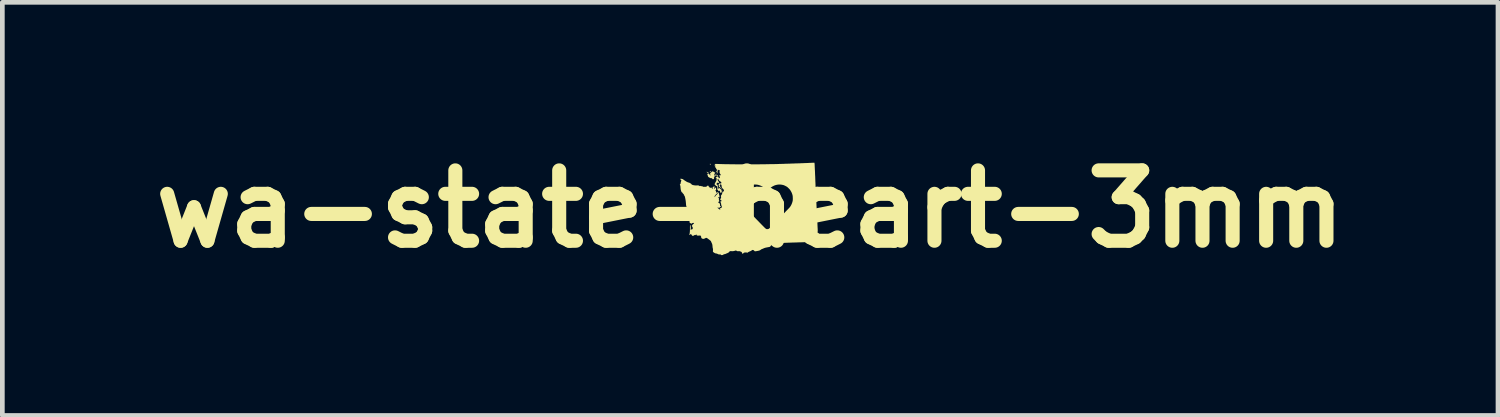
<source format=kicad_pcb>
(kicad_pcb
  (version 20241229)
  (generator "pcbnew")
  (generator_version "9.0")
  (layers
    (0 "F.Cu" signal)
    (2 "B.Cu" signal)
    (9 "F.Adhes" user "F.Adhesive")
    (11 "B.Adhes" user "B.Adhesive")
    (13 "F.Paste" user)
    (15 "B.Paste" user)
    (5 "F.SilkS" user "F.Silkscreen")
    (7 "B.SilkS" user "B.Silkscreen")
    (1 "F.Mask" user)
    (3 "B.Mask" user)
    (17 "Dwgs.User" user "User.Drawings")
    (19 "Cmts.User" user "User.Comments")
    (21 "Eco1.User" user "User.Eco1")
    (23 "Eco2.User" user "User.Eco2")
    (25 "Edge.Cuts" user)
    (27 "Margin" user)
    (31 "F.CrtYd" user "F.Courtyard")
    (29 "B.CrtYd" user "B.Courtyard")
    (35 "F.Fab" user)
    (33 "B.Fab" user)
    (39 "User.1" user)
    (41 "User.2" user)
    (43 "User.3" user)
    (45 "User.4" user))
  (footprint "wa-state-heart-3mm"
    (layer "F.Cu")
    (at 12.943 1.404)
    (property "Reference" "wa-state-heart-3mm" (at 0 0 0) (layer "F.SilkS") (effects (font (size 1.5 1.5) (thickness 0.3))))
    (attr board_only exclude_from_pos_files exclude_from_bom)
    (fp_poly (pts (xy -0.718 -0.749) (xy -0.714 -0.745) (xy -0.712 -0.741) (xy -0.714 -0.738) (xy -0.718 -0.738) (xy -0.719 -0.739) (xy -0.725 -0.742) (xy -0.728 -0.745) (xy -0.727 -0.747) (xy -0.723 -0.75)) (stroke (width 0) (type solid)) (fill yes) (layer "F.SilkS"))
    (fp_poly (pts (xy -0.595 -0.407) (xy -0.592 -0.405) (xy -0.59 -0.401) (xy -0.588 -0.398) (xy -0.589 -0.396) (xy -0.59 -0.396) (xy -0.593 -0.397) (xy -0.594 -0.398) (xy -0.596 -0.402) (xy -0.596 -0.405) (xy -0.596 -0.407)) (stroke (width 0) (type solid)) (fill yes) (layer "F.SilkS"))
    (fp_poly (pts (xy -0.852 -0.961) (xy -0.845 -0.959) (xy -0.84 -0.956) (xy -0.837 -0.952) (xy -0.838 -0.949) (xy -0.839 -0.948) (xy -0.843 -0.947) (xy -0.848 -0.946) (xy -0.854 -0.947) (xy -0.857 -0.948) (xy -0.859 -0.95) (xy -0.86 -0.954) (xy -0.86 -0.955) (xy -0.859 -0.96) (xy -0.856 -0.962)) (stroke (width 0) (type solid)) (fill yes) (layer "F.SilkS"))
    (fp_poly (pts (xy -0.843 -0.805) (xy -0.841 -0.802) (xy -0.84 -0.797) (xy -0.841 -0.791) (xy -0.843 -0.786) (xy -0.844 -0.785) (xy -0.848 -0.782) (xy -0.851 -0.781) (xy -0.853 -0.785) (xy -0.853 -0.786) (xy -0.856 -0.79) (xy -0.859 -0.792) (xy -0.863 -0.793) (xy -0.863 -0.796) (xy -0.86 -0.799) (xy -0.855 -0.802) (xy -0.849 -0.804) (xy -0.844 -0.805)) (stroke (width 0) (type solid)) (fill yes) (layer "F.SilkS"))
    (fp_poly (pts (xy -0.73 -0.737) (xy -0.726 -0.732) (xy -0.723 -0.726) (xy -0.72 -0.719) (xy -0.719 -0.715) (xy -0.721 -0.709) (xy -0.724 -0.705) (xy -0.728 -0.702) (xy -0.733 -0.702) (xy -0.736 -0.704) (xy -0.74 -0.71) (xy -0.743 -0.717) (xy -0.744 -0.722) (xy -0.744 -0.724) (xy -0.743 -0.728) (xy -0.74 -0.733) (xy -0.739 -0.734) (xy -0.735 -0.737) (xy -0.732 -0.738)) (stroke (width 0) (type solid)) (fill yes) (layer "F.SilkS"))
    (fp_poly (pts (xy -0.697 -0.717) (xy -0.69 -0.709) (xy -0.685 -0.702) (xy -0.682 -0.697) (xy -0.681 -0.694) (xy -0.683 -0.693) (xy -0.687 -0.694) (xy -0.691 -0.696) (xy -0.697 -0.695) (xy -0.699 -0.694) (xy -0.705 -0.693) (xy -0.708 -0.693) (xy -0.709 -0.693) (xy -0.71 -0.694) (xy -0.71 -0.694) (xy -0.711 -0.696) (xy -0.711 -0.702) (xy -0.711 -0.709) (xy -0.711 -0.717) (xy -0.71 -0.721) (xy -0.709 -0.73)) (stroke (width 0) (type solid)) (fill yes) (layer "F.SilkS"))
    (fp_poly (pts (xy -0.923 -0.791) (xy -0.917 -0.789) (xy -0.91 -0.787) (xy -0.903 -0.783) (xy -0.896 -0.779) (xy -0.895 -0.778) (xy -0.891 -0.774) (xy -0.886 -0.769) (xy -0.883 -0.764) (xy -0.88 -0.759) (xy -0.879 -0.757) (xy -0.88 -0.756) (xy -0.884 -0.757) (xy -0.891 -0.76) (xy -0.892 -0.76) (xy -0.901 -0.766) (xy -0.91 -0.772) (xy -0.918 -0.778) (xy -0.924 -0.783) (xy -0.928 -0.787) (xy -0.929 -0.789) (xy -0.927 -0.791)) (stroke (width 0) (type solid)) (fill yes) (layer "F.SilkS"))
    (fp_poly (pts (xy -0.722 -0.813) (xy -0.718 -0.807) (xy -0.716 -0.805) (xy -0.711 -0.797) (xy -0.705 -0.789) (xy -0.701 -0.784) (xy -0.694 -0.775) (xy -0.69 -0.769) (xy -0.689 -0.764) (xy -0.689 -0.763) (xy -0.69 -0.76) (xy -0.693 -0.76) (xy -0.698 -0.763) (xy -0.703 -0.768) (xy -0.708 -0.774) (xy -0.713 -0.781) (xy -0.715 -0.785) (xy -0.719 -0.791) (xy -0.724 -0.797) (xy -0.725 -0.798) (xy -0.729 -0.802) (xy -0.73 -0.805) (xy -0.73 -0.809) (xy -0.727 -0.813) (xy -0.725 -0.815)) (stroke (width 0) (type solid)) (fill yes) (layer "F.SilkS"))
    (fp_poly (pts (xy -0.797 -0.8) (xy -0.794 -0.799) (xy -0.79 -0.798) (xy -0.785 -0.795) (xy -0.778 -0.791) (xy -0.77 -0.786) (xy -0.762 -0.781) (xy -0.754 -0.777) (xy -0.748 -0.773) (xy -0.744 -0.77) (xy -0.742 -0.769) (xy -0.742 -0.769) (xy -0.744 -0.767) (xy -0.747 -0.763) (xy -0.752 -0.759) (xy -0.754 -0.756) (xy -0.761 -0.749) (xy -0.764 -0.743) (xy -0.765 -0.738) (xy -0.764 -0.731) (xy -0.76 -0.723) (xy -0.76 -0.722) (xy -0.757 -0.716) (xy -0.755 -0.712) (xy -0.755 -0.709) (xy -0.757 -0.706) (xy -0.757 -0.706) (xy -0.758 -0.7) (xy -0.759 -0.694) (xy -0.759 -0.693) (xy -0.76 -0.685) (xy -0.762 -0.681) (xy -0.768 -0.673) (xy -0.771 -0.668) (xy -0.773 -0.665) (xy -0.774 -0.662) (xy -0.774 -0.659) (xy -0.772 -0.655) (xy -0.772 -0.653) (xy -0.77 -0.646) (xy -0.769 -0.641) (xy -0.77 -0.639) (xy -0.772 -0.637) (xy -0.776 -0.636) (xy -0.786 -0.635) (xy -0.793 -0.634) (xy -0.797 -0.634) (xy -0.799 -0.634) (xy -0.8 -0.634) (xy -0.802 -0.637) (xy -0.804 -0.64) (xy -0.807 -0.644) (xy -0.81 -0.646) (xy -0.813 -0.648) (xy -0.814 -0.651) (xy -0.814 -0.654) (xy -0.815 -0.655) (xy -0.818 -0.655) (xy -0.824 -0.655) (xy -0.834 -0.655) (xy -0.845 -0.657) (xy -0.857 -0.662) (xy -0.871 -0.669) (xy -0.871 -0.669) (xy -0.878 -0.673) (xy -0.884 -0.677) (xy -0.888 -0.679) (xy -0.889 -0.679) (xy -0.891 -0.681) (xy -0.894 -0.685) (xy -0.897 -0.69) (xy -0.9 -0.696) (xy -0.901 -0.701) (xy -0.903 -0.707) (xy -0.905 -0.713) (xy -0.905 -0.713) (xy -0.907 -0.719) (xy -0.908 -0.723) (xy -0.909 -0.727) (xy -0.911 -0.73) (xy -0.913 -0.735) (xy -0.913 -0.742) (xy -0.91 -0.747) (xy -0.909 -0.75) (xy -0.907 -0.751) (xy -0.904 -0.752) (xy -0.898 -0.752) (xy -0.894 -0.752) (xy -0.886 -0.751) (xy -0.882 -0.75) (xy -0.879 -0.748) (xy -0.877 -0.746) (xy -0.873 -0.741) (xy -0.867 -0.734) (xy -0.861 -0.728) (xy -0.855 -0.722) (xy -0.851 -0.719) (xy -0.85 -0.718) (xy -0.845 -0.717) (xy -0.841 -0.717) (xy -0.839 -0.719) (xy -0.84 -0.722) (xy -0.843 -0.725) (xy -0.846 -0.726) (xy -0.85 -0.728) (xy -0.852 -0.731) (xy -0.852 -0.733) (xy -0.853 -0.739) (xy -0.856 -0.743) (xy -0.86 -0.748) (xy -0.847 -0.763) (xy -0.835 -0.775) (xy -0.826 -0.785) (xy -0.819 -0.792) (xy -0.812 -0.797) (xy -0.807 -0.799) (xy -0.802 -0.8)) (stroke (width 0) (type solid)) (fill yes) (layer "F.SilkS"))
    (fp_poly (pts (xy 1.366 -0.985) (xy 1.369 -0.985) (xy 1.37 -0.985) (xy 1.371 -0.982) (xy 1.372 -0.977) (xy 1.372 -0.97) (xy 1.373 -0.961) (xy 1.374 -0.956) (xy 1.374 -0.948) (xy 1.375 -0.935) (xy 1.375 -0.92) (xy 1.376 -0.903) (xy 1.377 -0.882) (xy 1.378 -0.86) (xy 1.379 -0.836) (xy 1.381 -0.81) (xy 1.382 -0.782) (xy 1.383 -0.754) (xy 1.384 -0.725) (xy 1.386 -0.695) (xy 1.387 -0.665) (xy 1.388 -0.635) (xy 1.389 -0.606) (xy 1.39 -0.577) (xy 1.391 -0.574) (xy 1.391 -0.558) (xy 1.392 -0.543) (xy 1.392 -0.529) (xy 1.393 -0.515) (xy 1.393 -0.502) (xy 1.394 -0.488) (xy 1.395 -0.475) (xy 1.395 -0.462) (xy 1.396 -0.449) (xy 1.396 -0.435) (xy 1.397 -0.421) (xy 1.398 -0.405) (xy 1.398 -0.389) (xy 1.399 -0.372) (xy 1.4 -0.353) (xy 1.401 -0.333) (xy 1.402 -0.311) (xy 1.403 -0.287) (xy 1.405 -0.261) (xy 1.406 -0.233) (xy 1.408 -0.202) (xy 1.409 -0.169) (xy 1.411 -0.134) (xy 1.413 -0.095) (xy 1.415 -0.053) (xy 1.417 -0.008) (xy 1.42 0.041) (xy 1.423 0.093) (xy 1.423 0.103) (xy 1.425 0.148) (xy 1.427 0.189) (xy 1.429 0.227) (xy 1.431 0.262) (xy 1.433 0.293) (xy 1.434 0.321) (xy 1.435 0.346) (xy 1.436 0.369) (xy 1.437 0.389) (xy 1.438 0.407) (xy 1.439 0.422) (xy 1.439 0.435) (xy 1.44 0.447) (xy 1.44 0.456) (xy 1.44 0.464) (xy 1.44 0.471) (xy 1.44 0.476) (xy 1.44 0.48) (xy 1.439 0.483) (xy 1.439 0.485) (xy 1.438 0.487) (xy 1.438 0.488) (xy 1.437 0.489) (xy 1.437 0.49) (xy 1.436 0.49) (xy 1.436 0.49) (xy 1.433 0.494) (xy 1.433 0.498) (xy 1.436 0.501) (xy 1.436 0.501) (xy 1.442 0.504) (xy 1.447 0.508) (xy 1.45 0.512) (xy 1.45 0.514) (xy 1.452 0.517) (xy 1.455 0.521) (xy 1.457 0.522) (xy 1.462 0.528) (xy 1.465 0.534) (xy 1.467 0.54) (xy 1.47 0.545) (xy 1.47 0.545) (xy 1.474 0.55) (xy 1.476 0.558) (xy 1.478 0.566) (xy 1.478 0.574) (xy 1.478 0.574) (xy 1.478 0.579) (xy 1.479 0.583) (xy 1.483 0.588) (xy 1.488 0.594) (xy 1.492 0.598) (xy 1.493 0.602) (xy 1.492 0.606) (xy 1.491 0.611) (xy 1.489 0.614) (xy 1.485 0.624) (xy 1.482 0.633) (xy 1.478 0.64) (xy 1.475 0.643) (xy 1.475 0.643) (xy 1.473 0.646) (xy 1.475 0.648) (xy 1.478 0.65) (xy 1.482 0.653) (xy 1.486 0.658) (xy 1.487 0.658) (xy 1.489 0.663) (xy 1.492 0.67) (xy 1.495 0.677) (xy 1.497 0.684) (xy 1.499 0.691) (xy 1.499 0.695) (xy 1.499 0.696) (xy 1.497 0.696) (xy 1.491 0.697) (xy 1.484 0.697) (xy 1.479 0.698) (xy 1.47 0.698) (xy 1.458 0.698) (xy 1.442 0.699) (xy 1.424 0.7) (xy 1.402 0.7) (xy 1.379 0.701) (xy 1.353 0.703) (xy 1.325 0.704) (xy 1.32 0.704) (xy 1.302 0.705) (xy 1.281 0.705) (xy 1.257 0.706) (xy 1.231 0.707) (xy 1.203 0.708) (xy 1.174 0.709) (xy 1.144 0.71) (xy 1.114 0.711) (xy 1.085 0.712) (xy 1.056 0.713) (xy 1.03 0.713) (xy 1.022 0.714) (xy 1.003 0.714) (xy 0.983 0.715) (xy 0.963 0.715) (xy 0.943 0.716) (xy 0.925 0.716) (xy 0.91 0.717) (xy 0.898 0.717) (xy 0.885 0.718) (xy 0.869 0.718) (xy 0.85 0.719) (xy 0.831 0.72) (xy 0.811 0.72) (xy 0.792 0.721) (xy 0.783 0.721) (xy 0.766 0.722) (xy 0.75 0.722) (xy 0.736 0.723) (xy 0.723 0.724) (xy 0.713 0.724) (xy 0.706 0.725) (xy 0.702 0.725) (xy 0.697 0.726) (xy 0.692 0.728) (xy 0.686 0.731) (xy 0.679 0.736) (xy 0.674 0.74) (xy 0.664 0.747) (xy 0.657 0.752) (xy 0.65 0.756) (xy 0.644 0.759) (xy 0.637 0.761) (xy 0.629 0.762) (xy 0.62 0.763) (xy 0.607 0.763) (xy 0.596 0.764) (xy 0.581 0.764) (xy 0.569 0.765) (xy 0.56 0.765) (xy 0.553 0.766) (xy 0.548 0.767) (xy 0.546 0.768) (xy 0.54 0.77) (xy 0.531 0.772) (xy 0.521 0.774) (xy 0.51 0.776) (xy 0.5 0.778) (xy 0.491 0.779) (xy 0.486 0.779) (xy 0.48 0.778) (xy 0.473 0.776) (xy 0.469 0.775) (xy 0.463 0.773) (xy 0.459 0.772) (xy 0.455 0.772) (xy 0.452 0.774) (xy 0.448 0.777) (xy 0.443 0.782) (xy 0.438 0.789) (xy 0.436 0.791) (xy 0.431 0.798) (xy 0.427 0.803) (xy 0.423 0.807) (xy 0.422 0.807) (xy 0.418 0.809) (xy 0.412 0.81) (xy 0.403 0.812) (xy 0.393 0.814) (xy 0.39 0.815) (xy 0.38 0.816) (xy 0.37 0.818) (xy 0.362 0.82) (xy 0.356 0.821) (xy 0.355 0.821) (xy 0.349 0.822) (xy 0.341 0.824) (xy 0.332 0.826) (xy 0.33 0.826) (xy 0.318 0.829) (xy 0.306 0.833) (xy 0.293 0.838) (xy 0.29 0.839) (xy 0.281 0.844) (xy 0.27 0.848) (xy 0.261 0.852) (xy 0.255 0.854) (xy 0.248 0.856) (xy 0.241 0.86) (xy 0.234 0.864) (xy 0.225 0.87) (xy 0.218 0.876) (xy 0.211 0.88) (xy 0.203 0.884) (xy 0.197 0.886) (xy 0.185 0.89) (xy 0.171 0.893) (xy 0.155 0.896) (xy 0.139 0.899) (xy 0.125 0.901) (xy 0.12 0.902) (xy 0.1 0.904) (xy 0.088 0.893) (xy 0.078 0.884) (xy 0.069 0.878) (xy 0.06 0.875) (xy 0.052 0.875) (xy 0.043 0.878) (xy 0.033 0.884) (xy 0.029 0.887) (xy 0.021 0.892) (xy 0.011 0.898) (xy 0.003 0.901) (xy -0.011 0.907) (xy -0.023 0.912) (xy -0.032 0.916) (xy -0.04 0.92) (xy -0.046 0.925) (xy -0.049 0.926) (xy -0.06 0.935) (xy -0.068 0.932) (xy -0.073 0.93) (xy -0.078 0.929) (xy -0.086 0.928) (xy -0.096 0.928) (xy -0.112 0.929) (xy -0.124 0.931) (xy -0.133 0.934) (xy -0.139 0.939) (xy -0.142 0.942) (xy -0.146 0.947) (xy -0.15 0.95) (xy -0.15 0.951) (xy -0.155 0.952) (xy -0.161 0.952) (xy -0.167 0.952) (xy -0.171 0.952) (xy -0.172 0.951) (xy -0.173 0.949) (xy -0.174 0.944) (xy -0.175 0.938) (xy -0.177 0.928) (xy -0.181 0.922) (xy -0.186 0.917) (xy -0.194 0.913) (xy -0.195 0.912) (xy -0.203 0.91) (xy -0.21 0.907) (xy -0.213 0.905) (xy -0.217 0.903) (xy -0.221 0.902) (xy -0.226 0.902) (xy -0.234 0.901) (xy -0.244 0.901) (xy -0.247 0.901) (xy -0.274 0.901) (xy -0.289 0.893) (xy -0.305 0.885) (xy -0.321 0.891) (xy -0.341 0.896) (xy -0.36 0.9) (xy -0.378 0.901) (xy -0.389 0.901) (xy -0.404 0.9) (xy -0.416 0.9) (xy -0.425 0.9) (xy -0.432 0.902) (xy -0.438 0.906) (xy -0.444 0.911) (xy -0.448 0.917) (xy -0.453 0.923) (xy -0.459 0.928) (xy -0.467 0.933) (xy -0.472 0.935) (xy -0.48 0.939) (xy -0.487 0.943) (xy -0.494 0.946) (xy -0.495 0.946) (xy -0.501 0.948) (xy -0.508 0.951) (xy -0.516 0.955) (xy -0.518 0.956) (xy -0.531 0.961) (xy -0.542 0.964) (xy -0.546 0.964) (xy -0.555 0.966) (xy -0.562 0.968) (xy -0.567 0.971) (xy -0.579 0.979) (xy -0.591 0.983) (xy -0.603 0.985) (xy -0.613 0.984) (xy -0.613 0.984) (xy -0.62 0.981) (xy -0.626 0.976) (xy -0.628 0.975) (xy -0.635 0.969) (xy -0.652 0.97) (xy -0.66 0.971) (xy -0.666 0.971) (xy -0.67 0.97) (xy -0.675 0.968) (xy -0.682 0.965) (xy -0.693 0.96) (xy -0.705 0.955) (xy -0.716 0.952) (xy -0.727 0.949) (xy -0.735 0.948) (xy -0.736 0.948) (xy -0.741 0.948) (xy -0.745 0.947) (xy -0.745 0.946) (xy -0.748 0.944) (xy -0.752 0.942) (xy -0.753 0.942) (xy -0.759 0.939) (xy -0.766 0.935) (xy -0.774 0.93) (xy -0.781 0.925) (xy -0.787 0.92) (xy -0.791 0.916) (xy -0.793 0.915) (xy -0.794 0.911) (xy -0.794 0.904) (xy -0.794 0.894) (xy -0.793 0.882) (xy -0.793 0.87) (xy -0.793 0.862) (xy -0.793 0.856) (xy -0.793 0.851) (xy -0.794 0.847) (xy -0.796 0.843) (xy -0.796 0.843) (xy -0.798 0.836) (xy -0.8 0.827) (xy -0.801 0.814) (xy -0.802 0.806) (xy -0.804 0.788) (xy -0.805 0.772) (xy -0.808 0.759) (xy -0.811 0.747) (xy -0.816 0.735) (xy -0.822 0.722) (xy -0.824 0.718) (xy -0.827 0.711) (xy -0.831 0.703) (xy -0.833 0.697) (xy -0.833 0.697) (xy -0.834 0.693) (xy -0.836 0.689) (xy -0.839 0.685) (xy -0.843 0.681) (xy -0.848 0.676) (xy -0.855 0.67) (xy -0.865 0.662) (xy -0.87 0.658) (xy -0.886 0.646) (xy -0.899 0.636) (xy -0.91 0.628) (xy -0.919 0.623) (xy -0.926 0.619) (xy -0.931 0.617) (xy -0.938 0.617) (xy -0.946 0.618) (xy -0.952 0.62) (xy -0.954 0.623) (xy -0.958 0.625) (xy -0.963 0.628) (xy -0.966 0.63) (xy -0.974 0.632) (xy -0.981 0.635) (xy -0.984 0.636) (xy -0.993 0.638) (xy -1.004 0.638) (xy -1.015 0.636) (xy -1.025 0.632) (xy -1.033 0.627) (xy -1.04 0.619) (xy -1.044 0.609) (xy -1.044 0.602) (xy -1.046 0.59) (xy -1.051 0.58) (xy -1.058 0.571) (xy -1.065 0.565) (xy -1.077 0.567) (xy -1.084 0.568) (xy -1.093 0.569) (xy -1.103 0.569) (xy -1.113 0.569) (xy -1.123 0.568) (xy -1.13 0.567) (xy -1.135 0.566) (xy -1.136 0.566) (xy -1.139 0.562) (xy -1.142 0.556) (xy -1.142 0.555) (xy -1.144 0.549) (xy -1.146 0.546) (xy -1.147 0.545) (xy -1.15 0.546) (xy -1.155 0.549) (xy -1.158 0.551) (xy -1.165 0.556) (xy -1.171 0.559) (xy -1.177 0.559) (xy -1.18 0.558) (xy -1.184 0.557) (xy -1.188 0.558) (xy -1.193 0.56) (xy -1.193 0.561) (xy -1.199 0.564) (xy -1.202 0.567) (xy -1.203 0.568) (xy -1.206 0.57) (xy -1.21 0.572) (xy -1.212 0.573) (xy -1.218 0.575) (xy -1.222 0.576) (xy -1.226 0.574) (xy -1.227 0.574) (xy -1.234 0.57) (xy -1.24 0.566) (xy -1.243 0.563) (xy -1.244 0.56) (xy -1.246 0.556) (xy -1.25 0.55) (xy -1.256 0.543) (xy -1.258 0.54) (xy -1.264 0.536) (xy -1.269 0.535) (xy -1.273 0.538) (xy -1.275 0.541) (xy -1.278 0.546) (xy -1.283 0.551) (xy -1.288 0.555) (xy -1.293 0.556) (xy -1.295 0.555) (xy -1.296 0.553) (xy -1.296 0.548) (xy -1.295 0.541) (xy -1.293 0.535) (xy -1.29 0.521) (xy -1.288 0.505) (xy -1.286 0.487) (xy -1.285 0.467) (xy -1.284 0.444) (xy -1.284 0.417) (xy -1.284 0.41) (xy -1.284 0.392) (xy -1.284 0.378) (xy -1.283 0.366) (xy -1.283 0.358) (xy -1.282 0.352) (xy -1.281 0.348) (xy -1.28 0.346) (xy -1.278 0.345) (xy -1.276 0.346) (xy -1.275 0.346) (xy -1.272 0.348) (xy -1.272 0.352) (xy -1.272 0.356) (xy -1.272 0.362) (xy -1.272 0.367) (xy -1.271 0.367) (xy -1.269 0.375) (xy -1.267 0.385) (xy -1.267 0.398) (xy -1.267 0.415) (xy -1.267 0.415) (xy -1.268 0.427) (xy -1.268 0.436) (xy -1.268 0.443) (xy -1.267 0.446) (xy -1.265 0.449) (xy -1.262 0.45) (xy -1.259 0.447) (xy -1.258 0.443) (xy -1.257 0.435) (xy -1.256 0.43) (xy -1.254 0.429) (xy -1.252 0.43) (xy -1.249 0.434) (xy -1.248 0.436) (xy -1.244 0.443) (xy -1.238 0.436) (xy -1.233 0.43) (xy -1.228 0.423) (xy -1.226 0.418) (xy -1.22 0.408) (xy -1.225 0.4) (xy -1.227 0.395) (xy -1.229 0.39) (xy -1.229 0.389) (xy -1.23 0.386) (xy -1.233 0.381) (xy -1.235 0.378) (xy -1.239 0.371) (xy -1.242 0.364) (xy -1.242 0.364) (xy -1.242 0.359) (xy -1.241 0.355) (xy -1.238 0.351) (xy -1.236 0.349) (xy -1.232 0.344) (xy -1.229 0.339) (xy -1.228 0.337) (xy -1.226 0.332) (xy -1.222 0.329) (xy -1.217 0.325) (xy -1.21 0.321) (xy -1.204 0.317) (xy -1.201 0.315) (xy -1.196 0.31) (xy -1.206 0.302) (xy -1.213 0.297) (xy -1.218 0.295) (xy -1.22 0.295) (xy -1.221 0.298) (xy -1.223 0.301) (xy -1.227 0.303) (xy -1.233 0.303) (xy -1.237 0.302) (xy -1.241 0.301) (xy -1.242 0.302) (xy -1.242 0.306) (xy -1.242 0.307) (xy -1.243 0.311) (xy -1.244 0.314) (xy -1.244 0.314) (xy -1.248 0.315) (xy -1.253 0.314) (xy -1.26 0.312) (xy -1.266 0.309) (xy -1.271 0.306) (xy -1.276 0.302) (xy -1.281 0.3) (xy -1.282 0.299) (xy -1.285 0.298) (xy -1.288 0.295) (xy -1.29 0.291) (xy -1.291 0.284) (xy -1.292 0.275) (xy -1.294 0.262) (xy -1.294 0.262) (xy -1.295 0.25) (xy -1.296 0.239) (xy -1.298 0.229) (xy -1.299 0.221) (xy -1.299 0.22) (xy -1.301 0.209) (xy -1.302 0.202) (xy -1.301 0.197) (xy -1.298 0.195) (xy -1.297 0.195) (xy -1.292 0.196) (xy -1.288 0.2) (xy -1.285 0.208) (xy -1.284 0.211) (xy -1.282 0.218) (xy -1.279 0.22) (xy -1.276 0.219) (xy -1.273 0.214) (xy -1.272 0.213) (xy -1.266 0.205) (xy -1.257 0.198) (xy -1.244 0.193) (xy -1.231 0.189) (xy -1.219 0.186) (xy -1.21 0.183) (xy -1.203 0.18) (xy -1.2 0.178) (xy -1.2 0.177) (xy -1.202 0.175) (xy -1.206 0.173) (xy -1.211 0.17) (xy -1.216 0.168) (xy -1.219 0.167) (xy -1.222 0.167) (xy -1.228 0.165) (xy -1.235 0.163) (xy -1.239 0.162) (xy -1.246 0.159) (xy -1.251 0.157) (xy -1.254 0.155) (xy -1.255 0.153) (xy -1.255 0.15) (xy -1.255 0.15) (xy -1.257 0.141) (xy -1.262 0.134) (xy -1.27 0.129) (xy -1.28 0.126) (xy -1.287 0.125) (xy -1.293 0.125) (xy -1.298 0.126) (xy -1.3 0.127) (xy -1.301 0.131) (xy -1.302 0.137) (xy -1.302 0.146) (xy -1.301 0.155) (xy -1.299 0.163) (xy -1.298 0.17) (xy -1.297 0.175) (xy -1.297 0.177) (xy -1.3 0.179) (xy -1.304 0.182) (xy -1.307 0.184) (xy -1.317 0.188) (xy -1.316 0.134) (xy -1.317 0.114) (xy -1.317 0.097) (xy -1.317 0.083) (xy -1.318 0.069) (xy -1.32 0.056) (xy -1.322 0.043) (xy -1.324 0.029) (xy -1.327 0.016) (xy -1.33 0.004) (xy -1.332 -0.005) (xy -1.334 -0.012) (xy -1.336 -0.017) (xy -1.338 -0.021) (xy -1.342 -0.025) (xy -1.342 -0.025) (xy -1.347 -0.031) (xy -1.351 -0.038) (xy -1.352 -0.04) (xy -1.355 -0.046) (xy -1.358 -0.051) (xy -1.359 -0.052) (xy -1.361 -0.054) (xy -1.362 -0.057) (xy -1.363 -0.062) (xy -1.364 -0.068) (xy -1.365 -0.076) (xy -1.367 -0.087) (xy -1.368 -0.1) (xy -1.369 -0.116) (xy -1.371 -0.139) (xy -1.373 -0.159) (xy -1.375 -0.176) (xy -1.378 -0.192) (xy -1.38 -0.206) (xy -1.383 -0.22) (xy -1.386 -0.234) (xy -1.389 -0.249) (xy -1.391 -0.254) (xy -1.394 -0.265) (xy -1.396 -0.273) (xy -1.399 -0.279) (xy -1.402 -0.283) (xy -1.405 -0.286) (xy -1.408 -0.288) (xy -1.412 -0.291) (xy -1.413 -0.294) (xy -1.414 -0.3) (xy -1.414 -0.306) (xy -1.416 -0.313) (xy -1.419 -0.317) (xy -1.422 -0.319) (xy -1.422 -0.319) (xy -1.425 -0.321) (xy -1.429 -0.324) (xy -1.434 -0.329) (xy -1.438 -0.335) (xy -1.441 -0.339) (xy -1.442 -0.342) (xy -1.444 -0.346) (xy -1.45 -0.35) (xy -1.451 -0.351) (xy -1.456 -0.354) (xy -1.46 -0.358) (xy -1.464 -0.362) (xy -1.466 -0.367) (xy -1.469 -0.375) (xy -1.472 -0.383) (xy -1.475 -0.394) (xy -1.478 -0.404) (xy -1.48 -0.413) (xy -1.482 -0.424) (xy -1.483 -0.435) (xy -1.484 -0.45) (xy -1.485 -0.454) (xy -1.486 -0.469) (xy -1.487 -0.48) (xy -1.488 -0.489) (xy -1.49 -0.496) (xy -1.492 -0.503) (xy -1.495 -0.51) (xy -1.495 -0.51) (xy -1.5 -0.521) (xy -1.491 -0.529) (xy -1.486 -0.534) (xy -1.484 -0.538) (xy -1.483 -0.542) (xy -1.482 -0.548) (xy -1.482 -0.551) (xy -1.481 -0.559) (xy -1.48 -0.568) (xy -1.477 -0.577) (xy -1.474 -0.586) (xy -1.466 -0.607) (xy -1.476 -0.618) (xy -1.484 -0.627) (xy -1.489 -0.633) (xy -1.49 -0.638) (xy -1.489 -0.641) (xy -1.484 -0.643) (xy -1.476 -0.643) (xy -1.474 -0.643) (xy -1.466 -0.642) (xy -1.459 -0.641) (xy -1.455 -0.64) (xy -1.449 -0.638) (xy -1.445 -0.637) (xy -1.444 -0.638) (xy -1.44 -0.637) (xy -1.437 -0.635) (xy -1.434 -0.632) (xy -1.431 -0.631) (xy -1.427 -0.629) (xy -1.424 -0.626) (xy -1.423 -0.626) (xy -1.42 -0.622) (xy -1.414 -0.618) (xy -1.409 -0.614) (xy -1.403 -0.61) (xy -1.394 -0.605) (xy -1.386 -0.599) (xy -1.382 -0.597) (xy -1.373 -0.591) (xy -1.362 -0.584) (xy -1.352 -0.578) (xy -1.347 -0.576) (xy -1.339 -0.572) (xy -1.332 -0.569) (xy -1.327 -0.566) (xy -1.325 -0.564) (xy -1.322 -0.562) (xy -1.318 -0.563) (xy -1.317 -0.564) (xy -1.315 -0.564) (xy -1.312 -0.564) (xy -1.309 -0.563) (xy -1.303 -0.561) (xy -1.296 -0.557) (xy -1.286 -0.552) (xy -1.275 -0.546) (xy -1.268 -0.542) (xy -1.262 -0.538) (xy -1.258 -0.535) (xy -1.256 -0.531) (xy -1.251 -0.526) (xy -1.245 -0.52) (xy -1.242 -0.518) (xy -1.233 -0.513) (xy -1.221 -0.509) (xy -1.206 -0.506) (xy -1.189 -0.503) (xy -1.172 -0.501) (xy -1.154 -0.5) (xy -1.136 -0.501) (xy -1.134 -0.501) (xy -1.119 -0.501) (xy -1.108 -0.501) (xy -1.099 -0.499) (xy -1.092 -0.497) (xy -1.086 -0.493) (xy -1.085 -0.492) (xy -1.08 -0.489) (xy -1.074 -0.487) (xy -1.068 -0.486) (xy -1.065 -0.488) (xy -1.065 -0.488) (xy -1.061 -0.49) (xy -1.056 -0.491) (xy -1.05 -0.49) (xy -1.044 -0.488) (xy -1.041 -0.486) (xy -1.037 -0.484) (xy -1.032 -0.482) (xy -1.024 -0.482) (xy -1.016 -0.483) (xy -1.013 -0.482) (xy -1.012 -0.48) (xy -1.01 -0.475) (xy -1.005 -0.473) (xy -1.001 -0.472) (xy -0.994 -0.472) (xy -0.984 -0.471) (xy -0.974 -0.471) (xy -0.963 -0.471) (xy -0.953 -0.472) (xy -0.945 -0.472) (xy -0.939 -0.473) (xy -0.937 -0.473) (xy -0.933 -0.476) (xy -0.927 -0.48) (xy -0.922 -0.484) (xy -0.912 -0.492) (xy -0.904 -0.498) (xy -0.897 -0.501) (xy -0.894 -0.502) (xy -0.892 -0.502) (xy -0.892 -0.5) (xy -0.894 -0.497) (xy -0.895 -0.495) (xy -0.895 -0.493) (xy -0.894 -0.491) (xy -0.892 -0.488) (xy -0.887 -0.484) (xy -0.881 -0.477) (xy -0.877 -0.474) (xy -0.872 -0.469) (xy -0.867 -0.462) (xy -0.865 -0.459) (xy -0.86 -0.45) (xy -0.851 -0.451) (xy -0.843 -0.452) (xy -0.835 -0.453) (xy -0.83 -0.453) (xy -0.818 -0.453) (xy -0.817 -0.444) (xy -0.816 -0.438) (xy -0.814 -0.434) (xy -0.813 -0.433) (xy -0.808 -0.43) (xy -0.802 -0.429) (xy -0.799 -0.43) (xy -0.797 -0.431) (xy -0.797 -0.433) (xy -0.799 -0.436) (xy -0.801 -0.442) (xy -0.802 -0.449) (xy -0.802 -0.451) (xy -0.8 -0.46) (xy -0.795 -0.467) (xy -0.787 -0.473) (xy -0.775 -0.477) (xy -0.769 -0.478) (xy -0.761 -0.478) (xy -0.757 -0.477) (xy -0.754 -0.472) (xy -0.754 -0.468) (xy -0.754 -0.463) (xy -0.756 -0.46) (xy -0.761 -0.457) (xy -0.762 -0.456) (xy -0.767 -0.453) (xy -0.769 -0.451) (xy -0.769 -0.447) (xy -0.769 -0.446) (xy -0.767 -0.441) (xy -0.764 -0.435) (xy -0.76 -0.431) (xy -0.757 -0.428) (xy -0.755 -0.428) (xy -0.754 -0.43) (xy -0.753 -0.434) (xy -0.753 -0.44) (xy -0.75 -0.445) (xy -0.746 -0.45) (xy -0.741 -0.454) (xy -0.737 -0.455) (xy -0.733 -0.454) (xy -0.732 -0.453) (xy -0.731 -0.45) (xy -0.729 -0.444) (xy -0.728 -0.435) (xy -0.727 -0.426) (xy -0.726 -0.416) (xy -0.726 -0.411) (xy -0.726 -0.406) (xy -0.728 -0.403) (xy -0.731 -0.402) (xy -0.732 -0.402) (xy -0.738 -0.401) (xy -0.742 -0.398) (xy -0.742 -0.396) (xy -0.741 -0.394) (xy -0.738 -0.39) (xy -0.736 -0.387) (xy -0.731 -0.381) (xy -0.729 -0.376) (xy -0.729 -0.371) (xy -0.728 -0.366) (xy -0.727 -0.363) (xy -0.723 -0.361) (xy -0.718 -0.357) (xy -0.716 -0.352) (xy -0.717 -0.348) (xy -0.717 -0.347) (xy -0.718 -0.344) (xy -0.716 -0.34) (xy -0.712 -0.337) (xy -0.708 -0.337) (xy -0.705 -0.335) (xy -0.704 -0.332) (xy -0.706 -0.327) (xy -0.708 -0.325) (xy -0.711 -0.322) (xy -0.715 -0.321) (xy -0.721 -0.32) (xy -0.73 -0.32) (xy -0.731 -0.312) (xy -0.732 -0.307) (xy -0.734 -0.302) (xy -0.739 -0.297) (xy -0.743 -0.293) (xy -0.749 -0.286) (xy -0.753 -0.281) (xy -0.755 -0.276) (xy -0.757 -0.27) (xy -0.758 -0.261) (xy -0.758 -0.255) (xy -0.757 -0.252) (xy -0.755 -0.252) (xy -0.751 -0.256) (xy -0.749 -0.261) (xy -0.743 -0.271) (xy -0.736 -0.281) (xy -0.726 -0.293) (xy -0.715 -0.304) (xy -0.708 -0.311) (xy -0.702 -0.316) (xy -0.697 -0.319) (xy -0.696 -0.319) (xy -0.694 -0.32) (xy -0.693 -0.321) (xy -0.693 -0.325) (xy -0.693 -0.33) (xy -0.696 -0.341) (xy -0.7 -0.348) (xy -0.704 -0.354) (xy -0.707 -0.357) (xy -0.708 -0.359) (xy -0.707 -0.361) (xy -0.706 -0.362) (xy -0.704 -0.364) (xy -0.702 -0.364) (xy -0.698 -0.361) (xy -0.698 -0.36) (xy -0.694 -0.358) (xy -0.691 -0.357) (xy -0.691 -0.357) (xy -0.689 -0.357) (xy -0.689 -0.356) (xy -0.687 -0.354) (xy -0.683 -0.351) (xy -0.682 -0.351) (xy -0.677 -0.348) (xy -0.673 -0.344) (xy -0.67 -0.338) (xy -0.667 -0.329) (xy -0.666 -0.323) (xy -0.665 -0.315) (xy -0.663 -0.308) (xy -0.661 -0.302) (xy -0.661 -0.302) (xy -0.659 -0.297) (xy -0.657 -0.29) (xy -0.656 -0.282) (xy -0.656 -0.28) (xy -0.655 -0.272) (xy -0.654 -0.264) (xy -0.653 -0.258) (xy -0.653 -0.257) (xy -0.652 -0.25) (xy -0.665 -0.251) (xy -0.673 -0.252) (xy -0.678 -0.251) (xy -0.68 -0.249) (xy -0.68 -0.245) (xy -0.68 -0.242) (xy -0.678 -0.237) (xy -0.672 -0.234) (xy -0.672 -0.234) (xy -0.665 -0.231) (xy -0.667 -0.22) (xy -0.668 -0.211) (xy -0.668 -0.204) (xy -0.667 -0.2) (xy -0.665 -0.197) (xy -0.665 -0.196) (xy -0.663 -0.192) (xy -0.662 -0.185) (xy -0.662 -0.181) (xy -0.661 -0.174) (xy -0.66 -0.168) (xy -0.659 -0.166) (xy -0.658 -0.162) (xy -0.66 -0.159) (xy -0.663 -0.158) (xy -0.664 -0.158) (xy -0.668 -0.156) (xy -0.673 -0.153) (xy -0.677 -0.148) (xy -0.68 -0.143) (xy -0.681 -0.141) (xy -0.679 -0.137) (xy -0.675 -0.132) (xy -0.668 -0.128) (xy -0.663 -0.125) (xy -0.656 -0.121) (xy -0.65 -0.116) (xy -0.648 -0.111) (xy -0.648 -0.11) (xy -0.647 -0.106) (xy -0.645 -0.103) (xy -0.644 -0.101) (xy -0.643 -0.096) (xy -0.643 -0.089) (xy -0.643 -0.084) (xy -0.643 -0.074) (xy -0.641 -0.067) (xy -0.639 -0.063) (xy -0.635 -0.06) (xy -0.629 -0.058) (xy -0.624 -0.056) (xy -0.622 -0.053) (xy -0.623 -0.05) (xy -0.629 -0.046) (xy -0.635 -0.042) (xy -0.642 -0.037) (xy -0.645 -0.035) (xy -0.652 -0.029) (xy -0.659 -0.025) (xy -0.662 -0.023) (xy -0.668 -0.021) (xy -0.671 -0.02) (xy -0.673 -0.021) (xy -0.675 -0.022) (xy -0.678 -0.026) (xy -0.681 -0.032) (xy -0.681 -0.032) (xy -0.683 -0.036) (xy -0.684 -0.038) (xy -0.685 -0.038) (xy -0.686 -0.037) (xy -0.689 -0.033) (xy -0.691 -0.028) (xy -0.693 -0.022) (xy -0.694 -0.018) (xy -0.694 -0.017) (xy -0.693 -0.014) (xy -0.691 -0.013) (xy -0.685 -0.012) (xy -0.678 -0.008) (xy -0.669 -0.001) (xy -0.664 0.002) (xy -0.657 0.008) (xy -0.652 0.012) (xy -0.648 0.014) (xy -0.645 0.014) (xy -0.642 0.012) (xy -0.64 0.01) (xy -0.634 0.004) (xy -0.641 0.001) (xy -0.646 -0.001) (xy -0.649 -0.003) (xy -0.649 -0.004) (xy -0.648 -0.006) (xy -0.644 -0.009) (xy -0.638 -0.014) (xy -0.628 -0.018) (xy -0.626 -0.02) (xy -0.616 -0.024) (xy -0.61 -0.028) (xy -0.606 -0.033) (xy -0.604 -0.037) (xy -0.604 -0.041) (xy -0.605 -0.048) (xy -0.607 -0.058) (xy -0.61 -0.067) (xy -0.614 -0.076) (xy -0.617 -0.08) (xy -0.62 -0.085) (xy -0.621 -0.088) (xy -0.62 -0.092) (xy -0.618 -0.094) (xy -0.616 -0.099) (xy -0.616 -0.102) (xy -0.617 -0.106) (xy -0.62 -0.11) (xy -0.623 -0.117) (xy -0.626 -0.125) (xy -0.627 -0.129) (xy -0.629 -0.137) (xy -0.631 -0.145) (xy -0.632 -0.149) (xy -0.634 -0.154) (xy -0.634 -0.157) (xy -0.633 -0.16) (xy -0.632 -0.161) (xy -0.627 -0.163) (xy -0.62 -0.165) (xy -0.619 -0.165) (xy -0.613 -0.165) (xy -0.609 -0.166) (xy -0.608 -0.167) (xy -0.607 -0.17) (xy -0.609 -0.174) (xy -0.613 -0.178) (xy -0.619 -0.183) (xy -0.622 -0.185) (xy -0.629 -0.189) (xy -0.634 -0.194) (xy -0.638 -0.2) (xy -0.639 -0.203) (xy -0.638 -0.206) (xy -0.635 -0.211) (xy -0.632 -0.217) (xy -0.627 -0.225) (xy -0.178 -0.225) (xy -0.176 -0.192) (xy -0.171 -0.159) (xy -0.162 -0.128) (xy -0.15 -0.097) (xy -0.135 -0.069) (xy -0.119 -0.044) (xy -0.115 -0.04) (xy -0.109 -0.032) (xy -0.1 -0.023) (xy -0.088 -0.01) (xy -0.074 0.005) (xy -0.057 0.023) (xy -0.038 0.043) (xy -0.016 0.066) (xy 0.009 0.092) (xy 0.036 0.12) (xy 0.066 0.151) (xy 0.098 0.184) (xy 0.11 0.197) (xy 0.139 0.227) (xy 0.165 0.253) (xy 0.189 0.278) (xy 0.21 0.3) (xy 0.229 0.319) (xy 0.246 0.337) (xy 0.262 0.353) (xy 0.275 0.366) (xy 0.287 0.378) (xy 0.297 0.389) (xy 0.306 0.397) (xy 0.314 0.405) (xy 0.321 0.411) (xy 0.326 0.416) (xy 0.331 0.42) (xy 0.335 0.423) (xy 0.339 0.425) (xy 0.342 0.427) (xy 0.344 0.428) (xy 0.347 0.429) (xy 0.349 0.43) (xy 0.352 0.43) (xy 0.355 0.431) (xy 0.355 0.431) (xy 0.37 0.431) (xy 0.385 0.428) (xy 0.392 0.426) (xy 0.396 0.424) (xy 0.401 0.421) (xy 0.406 0.417) (xy 0.412 0.411) (xy 0.42 0.404) (xy 0.43 0.394) (xy 0.436 0.388) (xy 0.444 0.38) (xy 0.454 0.37) (xy 0.466 0.357) (xy 0.479 0.343) (xy 0.495 0.328) (xy 0.511 0.311) (xy 0.529 0.293) (xy 0.547 0.274) (xy 0.567 0.254) (xy 0.587 0.233) (xy 0.607 0.212) (xy 0.628 0.191) (xy 0.648 0.169) (xy 0.669 0.148) (xy 0.689 0.127) (xy 0.709 0.106) (xy 0.728 0.087) (xy 0.746 0.068) (xy 0.763 0.05) (xy 0.779 0.033) (xy 0.794 0.018) (xy 0.807 0.005) (xy 0.818 -0.007) (xy 0.827 -0.016) (xy 0.834 -0.024) (xy 0.839 -0.029) (xy 0.841 -0.031) (xy 0.86 -0.057) (xy 0.876 -0.085) (xy 0.889 -0.115) (xy 0.9 -0.147) (xy 0.904 -0.164) (xy 0.906 -0.172) (xy 0.907 -0.179) (xy 0.908 -0.186) (xy 0.908 -0.195) (xy 0.909 -0.206) (xy 0.909 -0.22) (xy 0.909 -0.224) (xy 0.908 -0.244) (xy 0.908 -0.26) (xy 0.906 -0.275) (xy 0.904 -0.289) (xy 0.9 -0.304) (xy 0.895 -0.319) (xy 0.893 -0.326) (xy 0.881 -0.355) (xy 0.865 -0.384) (xy 0.847 -0.411) (xy 0.825 -0.435) (xy 0.802 -0.457) (xy 0.791 -0.467) (xy 0.779 -0.475) (xy 0.764 -0.483) (xy 0.749 -0.491) (xy 0.733 -0.499) (xy 0.718 -0.505) (xy 0.707 -0.509) (xy 0.674 -0.516) (xy 0.641 -0.52) (xy 0.608 -0.52) (xy 0.575 -0.516) (xy 0.545 -0.509) (xy 0.518 -0.5) (xy 0.493 -0.488) (xy 0.469 -0.475) (xy 0.445 -0.458) (xy 0.422 -0.439) (xy 0.398 -0.416) (xy 0.392 -0.41) (xy 0.367 -0.383) (xy 0.33 -0.419) (xy 0.316 -0.432) (xy 0.305 -0.443) (xy 0.295 -0.452) (xy 0.286 -0.459) (xy 0.278 -0.465) (xy 0.274 -0.468) (xy 0.245 -0.485) (xy 0.214 -0.499) (xy 0.183 -0.51) (xy 0.151 -0.517) (xy 0.119 -0.52) (xy 0.087 -0.52) (xy 0.056 -0.516) (xy 0.025 -0.508) (xy -0.005 -0.497) (xy -0.014 -0.493) (xy -0.042 -0.478) (xy -0.067 -0.46) (xy -0.091 -0.438) (xy -0.112 -0.414) (xy -0.131 -0.388) (xy -0.147 -0.36) (xy -0.16 -0.33) (xy -0.169 -0.299) (xy -0.171 -0.291) (xy -0.176 -0.258) (xy -0.178 -0.225) (xy -0.627 -0.225) (xy -0.625 -0.229) (xy -0.621 -0.24) (xy -0.619 -0.25) (xy -0.62 -0.258) (xy -0.622 -0.263) (xy -0.624 -0.268) (xy -0.625 -0.271) (xy -0.624 -0.276) (xy -0.622 -0.283) (xy -0.618 -0.29) (xy -0.615 -0.296) (xy -0.613 -0.298) (xy -0.607 -0.305) (xy -0.602 -0.315) (xy -0.597 -0.33) (xy -0.595 -0.339) (xy -0.593 -0.349) (xy -0.591 -0.357) (xy -0.59 -0.362) (xy -0.589 -0.365) (xy -0.585 -0.368) (xy -0.579 -0.37) (xy -0.579 -0.37) (xy -0.572 -0.371) (xy -0.566 -0.374) (xy -0.566 -0.375) (xy -0.563 -0.377) (xy -0.561 -0.38) (xy -0.561 -0.384) (xy -0.56 -0.392) (xy -0.56 -0.392) (xy -0.559 -0.406) (xy -0.569 -0.415) (xy -0.576 -0.422) (xy -0.583 -0.43) (xy -0.591 -0.439) (xy -0.597 -0.447) (xy -0.602 -0.454) (xy -0.603 -0.455) (xy -0.605 -0.459) (xy -0.606 -0.465) (xy -0.608 -0.475) (xy -0.608 -0.48) (xy -0.609 -0.489) (xy -0.61 -0.498) (xy -0.611 -0.504) (xy -0.612 -0.507) (xy -0.615 -0.512) (xy -0.617 -0.518) (xy -0.621 -0.523) (xy -0.626 -0.525) (xy -0.632 -0.527) (xy -0.636 -0.526) (xy -0.638 -0.522) (xy -0.639 -0.517) (xy -0.639 -0.511) (xy -0.641 -0.507) (xy -0.645 -0.503) (xy -0.645 -0.503) (xy -0.649 -0.499) (xy -0.652 -0.497) (xy -0.652 -0.496) (xy -0.651 -0.493) (xy -0.648 -0.488) (xy -0.643 -0.481) (xy -0.637 -0.473) (xy -0.631 -0.465) (xy -0.626 -0.459) (xy -0.621 -0.452) (xy -0.615 -0.444) (xy -0.611 -0.437) (xy -0.608 -0.431) (xy -0.606 -0.427) (xy -0.606 -0.426) (xy -0.607 -0.425) (xy -0.61 -0.426) (xy -0.613 -0.428) (xy -0.615 -0.43) (xy -0.618 -0.435) (xy -0.624 -0.442) (xy -0.63 -0.448) (xy -0.637 -0.455) (xy -0.642 -0.46) (xy -0.646 -0.463) (xy -0.647 -0.463) (xy -0.652 -0.465) (xy -0.656 -0.465) (xy -0.659 -0.467) (xy -0.663 -0.472) (xy -0.666 -0.479) (xy -0.669 -0.488) (xy -0.671 -0.498) (xy -0.672 -0.508) (xy -0.673 -0.517) (xy -0.672 -0.522) (xy -0.67 -0.531) (xy -0.665 -0.537) (xy -0.659 -0.54) (xy -0.656 -0.54) (xy -0.65 -0.541) (xy -0.646 -0.544) (xy -0.646 -0.545) (xy -0.643 -0.549) (xy -0.634 -0.543) (xy -0.624 -0.538) (xy -0.62 -0.543) (xy -0.617 -0.549) (xy -0.614 -0.555) (xy -0.614 -0.555) (xy -0.614 -0.56) (xy -0.615 -0.564) (xy -0.619 -0.57) (xy -0.623 -0.576) (xy -0.629 -0.58) (xy -0.631 -0.581) (xy -0.637 -0.585) (xy -0.641 -0.589) (xy -0.642 -0.59) (xy -0.645 -0.593) (xy -0.651 -0.597) (xy -0.653 -0.598) (xy -0.66 -0.603) (xy -0.667 -0.611) (xy -0.673 -0.62) (xy -0.676 -0.63) (xy -0.677 -0.636) (xy -0.678 -0.641) (xy -0.68 -0.644) (xy -0.682 -0.645) (xy -0.684 -0.644) (xy -0.684 -0.643) (xy -0.686 -0.639) (xy -0.69 -0.635) (xy -0.69 -0.634) (xy -0.693 -0.631) (xy -0.694 -0.628) (xy -0.692 -0.624) (xy -0.692 -0.622) (xy -0.689 -0.616) (xy -0.689 -0.609) (xy -0.689 -0.609) (xy -0.687 -0.6) (xy -0.683 -0.593) (xy -0.678 -0.589) (xy -0.673 -0.585) (xy -0.667 -0.578) (xy -0.663 -0.571) (xy -0.662 -0.565) (xy -0.662 -0.565) (xy -0.663 -0.56) (xy -0.668 -0.556) (xy -0.673 -0.554) (xy -0.673 -0.554) (xy -0.677 -0.555) (xy -0.683 -0.557) (xy -0.684 -0.558) (xy -0.691 -0.56) (xy -0.697 -0.56) (xy -0.701 -0.558) (xy -0.702 -0.554) (xy -0.704 -0.55) (xy -0.709 -0.546) (xy -0.713 -0.542) (xy -0.717 -0.538) (xy -0.72 -0.533) (xy -0.721 -0.528) (xy -0.72 -0.527) (xy -0.718 -0.525) (xy -0.714 -0.524) (xy -0.706 -0.521) (xy -0.7 -0.516) (xy -0.695 -0.508) (xy -0.689 -0.493) (xy -0.685 -0.477) (xy -0.683 -0.461) (xy -0.683 -0.459) (xy -0.682 -0.449) (xy -0.68 -0.44) (xy -0.677 -0.433) (xy -0.674 -0.428) (xy -0.672 -0.428) (xy -0.669 -0.427) (xy -0.668 -0.429) (xy -0.667 -0.433) (xy -0.667 -0.44) (xy -0.667 -0.44) (xy -0.667 -0.447) (xy -0.666 -0.451) (xy -0.666 -0.452) (xy -0.663 -0.451) (xy -0.659 -0.447) (xy -0.653 -0.442) (xy -0.647 -0.436) (xy -0.639 -0.43) (xy -0.632 -0.424) (xy -0.626 -0.419) (xy -0.622 -0.417) (xy -0.618 -0.415) (xy -0.615 -0.413) (xy -0.613 -0.409) (xy -0.611 -0.404) (xy -0.61 -0.396) (xy -0.608 -0.386) (xy -0.608 -0.382) (xy -0.606 -0.373) (xy -0.606 -0.368) (xy -0.606 -0.364) (xy -0.607 -0.361) (xy -0.609 -0.358) (xy -0.612 -0.353) (xy -0.614 -0.349) (xy -0.614 -0.349) (xy -0.616 -0.346) (xy -0.621 -0.345) (xy -0.628 -0.345) (xy -0.633 -0.346) (xy -0.638 -0.35) (xy -0.641 -0.356) (xy -0.642 -0.363) (xy -0.641 -0.364) (xy -0.641 -0.37) (xy -0.645 -0.378) (xy -0.65 -0.384) (xy -0.656 -0.391) (xy -0.661 -0.387) (xy -0.669 -0.382) (xy -0.674 -0.378) (xy -0.677 -0.377) (xy -0.677 -0.377) (xy -0.678 -0.379) (xy -0.679 -0.383) (xy -0.679 -0.386) (xy -0.679 -0.39) (xy -0.68 -0.394) (xy -0.683 -0.396) (xy -0.688 -0.4) (xy -0.69 -0.401) (xy -0.695 -0.405) (xy -0.699 -0.408) (xy -0.7 -0.41) (xy -0.699 -0.413) (xy -0.699 -0.414) (xy -0.698 -0.42) (xy -0.698 -0.425) (xy -0.698 -0.429) (xy -0.698 -0.435) (xy -0.699 -0.444) (xy -0.699 -0.454) (xy -0.699 -0.454) (xy -0.699 -0.466) (xy -0.7 -0.475) (xy -0.701 -0.48) (xy -0.704 -0.484) (xy -0.708 -0.486) (xy -0.713 -0.487) (xy -0.717 -0.487) (xy -0.723 -0.487) (xy -0.727 -0.488) (xy -0.727 -0.489) (xy -0.728 -0.491) (xy -0.732 -0.495) (xy -0.737 -0.501) (xy -0.743 -0.508) (xy -0.744 -0.508) (xy -0.751 -0.515) (xy -0.755 -0.52) (xy -0.758 -0.524) (xy -0.759 -0.527) (xy -0.759 -0.529) (xy -0.759 -0.529) (xy -0.757 -0.534) (xy -0.754 -0.541) (xy -0.749 -0.549) (xy -0.745 -0.558) (xy -0.74 -0.567) (xy -0.736 -0.575) (xy -0.732 -0.581) (xy -0.732 -0.582) (xy -0.726 -0.592) (xy -0.722 -0.602) (xy -0.719 -0.61) (xy -0.719 -0.613) (xy -0.718 -0.619) (xy -0.716 -0.623) (xy -0.714 -0.626) (xy -0.714 -0.626) (xy -0.708 -0.626) (xy -0.707 -0.623) (xy -0.704 -0.622) (xy -0.701 -0.623) (xy -0.7 -0.626) (xy -0.701 -0.628) (xy -0.704 -0.629) (xy -0.707 -0.628) (xy -0.708 -0.626) (xy -0.714 -0.626) (xy -0.715 -0.628) (xy -0.717 -0.63) (xy -0.72 -0.635) (xy -0.721 -0.641) (xy -0.719 -0.647) (xy -0.717 -0.65) (xy -0.714 -0.654) (xy -0.714 -0.657) (xy -0.716 -0.66) (xy -0.716 -0.661) (xy -0.72 -0.665) (xy -0.724 -0.665) (xy -0.726 -0.662) (xy -0.727 -0.661) (xy -0.729 -0.656) (xy -0.732 -0.655) (xy -0.733 -0.657) (xy -0.734 -0.661) (xy -0.733 -0.666) (xy -0.733 -0.669) (xy -0.731 -0.674) (xy -0.729 -0.678) (xy -0.728 -0.679) (xy -0.725 -0.68) (xy -0.719 -0.683) (xy -0.711 -0.685) (xy -0.702 -0.687) (xy -0.699 -0.688) (xy -0.692 -0.688) (xy -0.685 -0.684) (xy -0.679 -0.678) (xy -0.675 -0.672) (xy -0.669 -0.663) (xy -0.664 -0.658) (xy -0.658 -0.656) (xy -0.656 -0.656) (xy -0.651 -0.656) (xy -0.649 -0.657) (xy -0.647 -0.66) (xy -0.647 -0.664) (xy -0.647 -0.671) (xy -0.649 -0.681) (xy -0.65 -0.69) (xy -0.652 -0.698) (xy -0.653 -0.703) (xy -0.654 -0.706) (xy -0.657 -0.709) (xy -0.662 -0.713) (xy -0.663 -0.713) (xy -0.667 -0.716) (xy -0.668 -0.717) (xy -0.667 -0.719) (xy -0.666 -0.719) (xy -0.664 -0.72) (xy -0.661 -0.72) (xy -0.656 -0.718) (xy -0.654 -0.717) (xy -0.645 -0.714) (xy -0.639 -0.715) (xy -0.633 -0.718) (xy -0.63 -0.721) (xy -0.628 -0.726) (xy -0.629 -0.732) (xy -0.632 -0.738) (xy -0.638 -0.745) (xy -0.645 -0.755) (xy -0.65 -0.767) (xy -0.653 -0.783) (xy -0.653 -0.786) (xy -0.654 -0.793) (xy -0.653 -0.798) (xy -0.651 -0.803) (xy -0.65 -0.806) (xy -0.645 -0.814) (xy -0.656 -0.824) (xy -0.662 -0.829) (xy -0.667 -0.833) (xy -0.67 -0.835) (xy -0.67 -0.835) (xy -0.673 -0.833) (xy -0.677 -0.83) (xy -0.683 -0.826) (xy -0.688 -0.821) (xy -0.693 -0.816) (xy -0.696 -0.813) (xy -0.696 -0.812) (xy -0.697 -0.809) (xy -0.696 -0.806) (xy -0.693 -0.801) (xy -0.69 -0.795) (xy -0.689 -0.79) (xy -0.691 -0.788) (xy -0.692 -0.787) (xy -0.695 -0.788) (xy -0.699 -0.791) (xy -0.704 -0.795) (xy -0.708 -0.801) (xy -0.71 -0.805) (xy -0.711 -0.809) (xy -0.71 -0.813) (xy -0.709 -0.819) (xy -0.707 -0.822) (xy -0.704 -0.829) (xy -0.703 -0.834) (xy -0.705 -0.838) (xy -0.709 -0.843) (xy -0.71 -0.844) (xy -0.715 -0.847) (xy -0.719 -0.847) (xy -0.721 -0.844) (xy -0.721 -0.842) (xy -0.722 -0.839) (xy -0.723 -0.839) (xy -0.724 -0.84) (xy -0.725 -0.845) (xy -0.725 -0.849) (xy -0.725 -0.858) (xy -0.726 -0.865) (xy -0.729 -0.871) (xy -0.733 -0.876) (xy -0.74 -0.883) (xy -0.741 -0.885) (xy -0.755 -0.898) (xy -0.747 -0.905) (xy -0.741 -0.91) (xy -0.739 -0.915) (xy -0.739 -0.917) (xy -0.739 -0.921) (xy -0.741 -0.923) (xy -0.745 -0.924) (xy -0.752 -0.925) (xy -0.754 -0.926) (xy -0.759 -0.926) (xy -0.761 -0.928) (xy -0.761 -0.931) (xy -0.761 -0.934) (xy -0.759 -0.938) (xy -0.755 -0.944) (xy -0.751 -0.948) (xy -0.739 -0.96) (xy -0.685 -0.958) (xy -0.655 -0.957) (xy -0.621 -0.956) (xy -0.585 -0.955) (xy -0.545 -0.954) (xy -0.502 -0.953) (xy -0.457 -0.953) (xy -0.41 -0.952) (xy -0.36 -0.952) (xy -0.309 -0.951) (xy -0.256 -0.951) (xy -0.202 -0.951) (xy -0.147 -0.951) (xy -0.091 -0.95) (xy -0.035 -0.95) (xy 0.022 -0.951) (xy 0.078 -0.951) (xy 0.134 -0.951) (xy 0.19 -0.951) (xy 0.245 -0.952) (xy 0.299 -0.952) (xy 0.351 -0.953) (xy 0.402 -0.954) (xy 0.451 -0.955) (xy 0.498 -0.955) (xy 0.543 -0.956) (xy 0.585 -0.957) (xy 0.6 -0.958) (xy 0.637 -0.959) (xy 0.676 -0.96) (xy 0.715 -0.961) (xy 0.756 -0.963) (xy 0.798 -0.964) (xy 0.84 -0.965) (xy 0.882 -0.967) (xy 0.924 -0.968) (xy 0.966 -0.97) (xy 1.007 -0.971) (xy 1.048 -0.972) (xy 1.087 -0.974) (xy 1.125 -0.975) (xy 1.161 -0.977) (xy 1.195 -0.978) (xy 1.226 -0.979) (xy 1.256 -0.981) (xy 1.282 -0.982) (xy 1.306 -0.983) (xy 1.326 -0.984) (xy 1.341 -0.984) (xy 1.351 -0.985) (xy 1.36 -0.985)) (stroke (width 0) (type solid)) (fill yes) (layer "F.SilkS")))
  (gr_rect
    (start -3 -3)
    (end 28.886 5.808)
    (stroke (width 0.1) (type default))
    (fill no)
    (layer "Edge.Cuts")))
</source>
